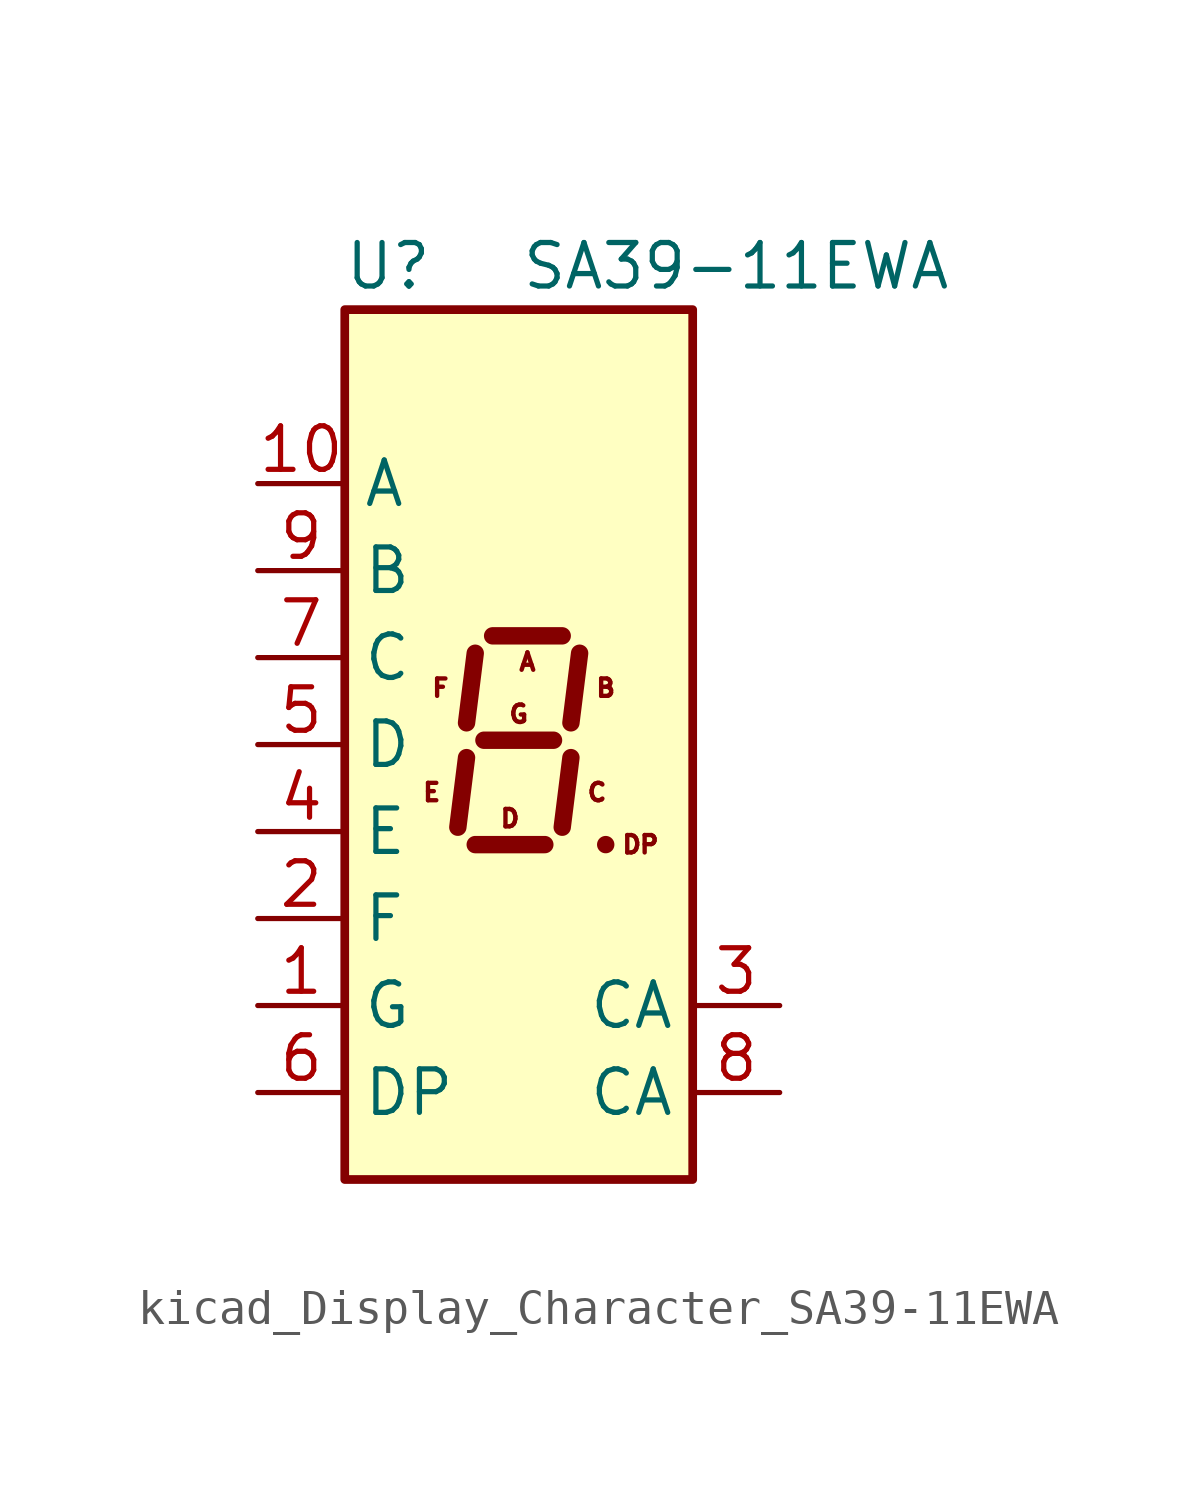
<source format=kicad_sym>
(kicad_symbol_lib
  (version 20220914)
  (generator kicad_symbol_editor)
  (symbol "kicad_Display_Character_SA39-11EWA"
    (property "Reference" "U"
      (at -3.81 13.97 0)
      (effects (font (size 1.27 1.27))))
    (property "Value" "SA39-11EWA"
      (at 6.35 13.97 0)
      (effects (font (size 1.27 1.27))))
    (symbol "kicad_Display_Character_SA39-11EWA_1_0"
      (text "A" (at 0.254 2.413 0) (effects (font (size 0.508 0.508))))
      (text "B" (at 2.54 1.651 0) (effects (font (size 0.508 0.508))))
      (text "C" (at 2.286 -1.397 0) (effects (font (size 0.508 0.508))))
      (text "D" (at -0.254 -2.159 0) (effects (font (size 0.508 0.508))))
      (text "DP" (at 3.556 -2.921 0) (effects (font (size 0.508 0.508))))
      (text "E" (at -2.54 -1.397 0) (effects (font (size 0.508 0.508))))
      (text "F" (at -2.286 1.651 0) (effects (font (size 0.508 0.508))))
      (text "G" (at 0 0.889 0) (effects (font (size 0.508 0.508)))))
    (symbol "kicad_Display_Character_SA39-11EWA_1_1"
      (rectangle (start -5.08 12.7) (end 5.08 -12.7) (stroke (width 0.254) (type default)) (fill (type background)))
      (polyline (pts (xy -1.524 -0.381) (xy -1.778 -2.413)) (stroke (width 0.508) (type default)) (fill (type none)))
      (polyline (pts (xy -1.27 -2.921) (xy 0.762 -2.921)) (stroke (width 0.508) (type default)) (fill (type none)))
      (polyline (pts (xy -1.27 2.667) (xy -1.524 0.635)) (stroke (width 0.508) (type default)) (fill (type none)))
      (polyline (pts (xy -1.016 0.127) (xy 1.016 0.127)) (stroke (width 0.508) (type default)) (fill (type none)))
      (polyline (pts (xy -0.762 3.175) (xy 1.27 3.175)) (stroke (width 0.508) (type default)) (fill (type none)))
      (polyline (pts (xy 1.524 -0.381) (xy 1.27 -2.413)) (stroke (width 0.508) (type default)) (fill (type none)))
      (polyline (pts (xy 1.778 2.667) (xy 1.524 0.635)) (stroke (width 0.508) (type default)) (fill (type none)))
      (polyline (pts (xy 2.54 -2.921) (xy 2.54 -2.921)) (stroke (width 0.508) (type default)) (fill (type none)))
      (pin input line (at -7.62 -7.62 0) (length 2.54) (name "G" (effects (font (size 1.27 1.27)))) (number "1" (effects (font (size 1.27 1.27)))))
      (pin input line (at -7.62 7.62 0) (length 2.54) (name "A" (effects (font (size 1.27 1.27)))) (number "10" (effects (font (size 1.27 1.27)))))
      (pin input line (at -7.62 -5.08 0) (length 2.54) (name "F" (effects (font (size 1.27 1.27)))) (number "2" (effects (font (size 1.27 1.27)))))
      (pin input line (at 7.62 -7.62 180) (length 2.54) (name "CA" (effects (font (size 1.27 1.27)))) (number "3" (effects (font (size 1.27 1.27)))))
      (pin input line (at -7.62 -2.54 0) (length 2.54) (name "E" (effects (font (size 1.27 1.27)))) (number "4" (effects (font (size 1.27 1.27)))))
      (pin input line (at -7.62 0 0) (length 2.54) (name "D" (effects (font (size 1.27 1.27)))) (number "5" (effects (font (size 1.27 1.27)))))
      (pin input line (at -7.62 -10.16 0) (length 2.54) (name "DP" (effects (font (size 1.27 1.27)))) (number "6" (effects (font (size 1.27 1.27)))))
      (pin input line (at -7.62 2.54 0) (length 2.54) (name "C" (effects (font (size 1.27 1.27)))) (number "7" (effects (font (size 1.27 1.27)))))
      (pin input line (at 7.62 -10.16 180) (length 2.54) (name "CA" (effects (font (size 1.27 1.27)))) (number "8" (effects (font (size 1.27 1.27)))))
      (pin input line (at -7.62 5.08 0) (length 2.54) (name "B" (effects (font (size 1.27 1.27)))) (number "9" (effects (font (size 1.27 1.27))))))))
</source>
